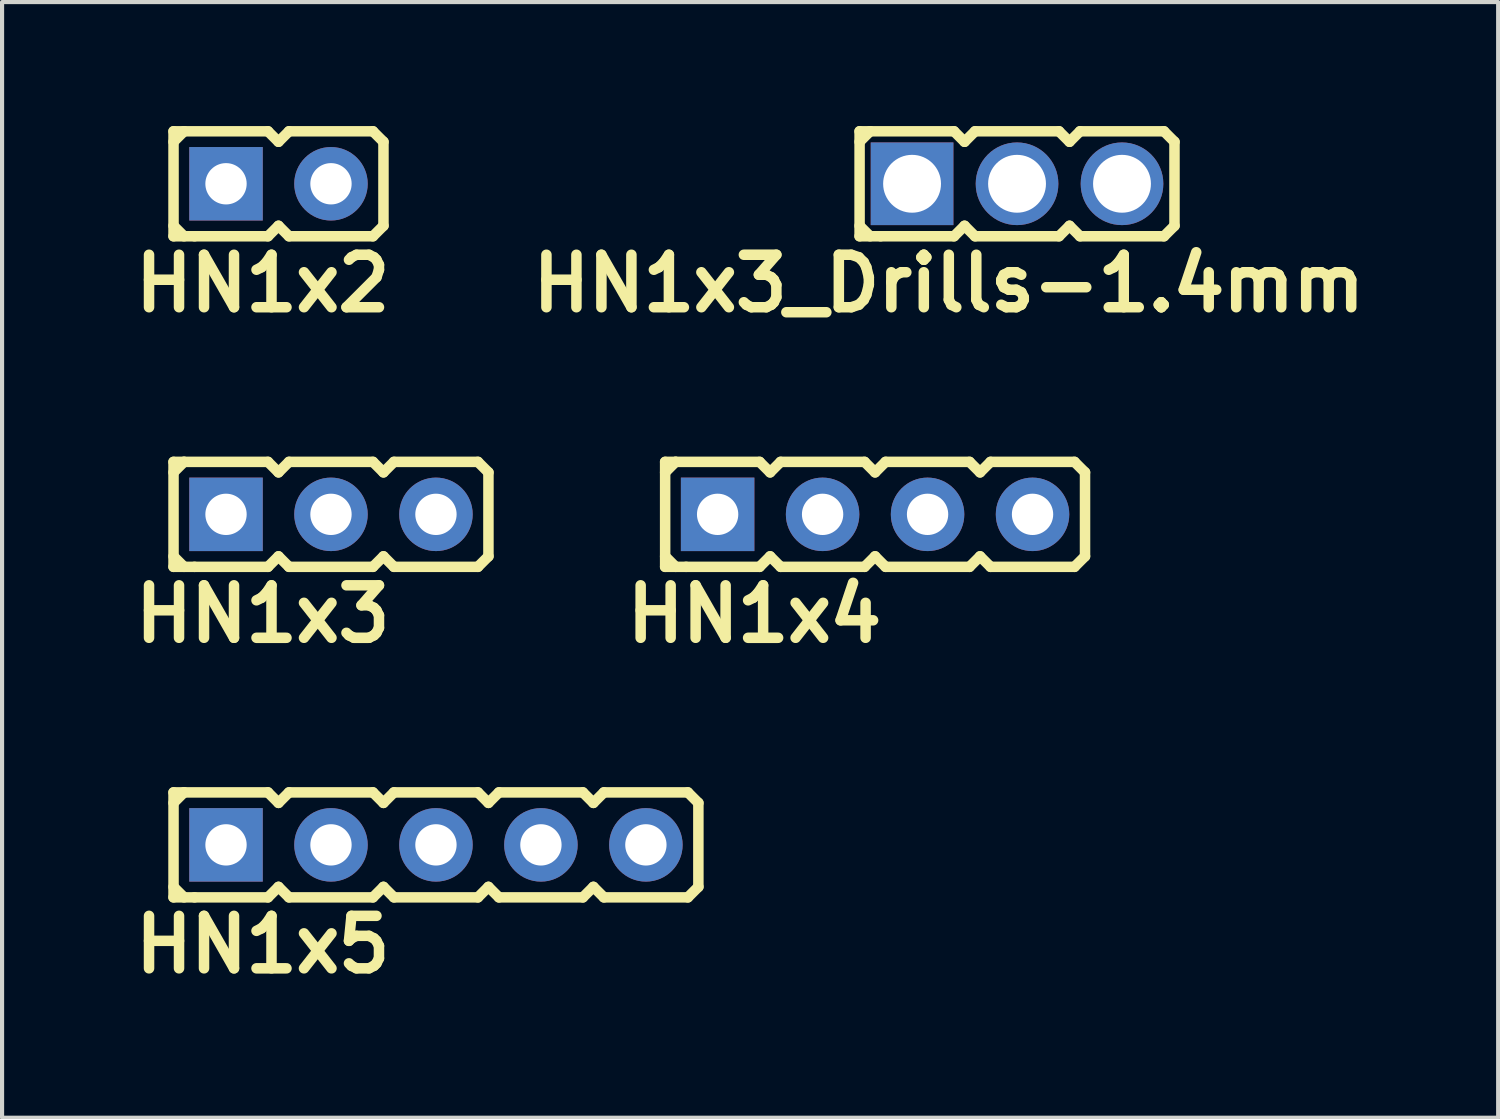
<source format=kicad_pcb>
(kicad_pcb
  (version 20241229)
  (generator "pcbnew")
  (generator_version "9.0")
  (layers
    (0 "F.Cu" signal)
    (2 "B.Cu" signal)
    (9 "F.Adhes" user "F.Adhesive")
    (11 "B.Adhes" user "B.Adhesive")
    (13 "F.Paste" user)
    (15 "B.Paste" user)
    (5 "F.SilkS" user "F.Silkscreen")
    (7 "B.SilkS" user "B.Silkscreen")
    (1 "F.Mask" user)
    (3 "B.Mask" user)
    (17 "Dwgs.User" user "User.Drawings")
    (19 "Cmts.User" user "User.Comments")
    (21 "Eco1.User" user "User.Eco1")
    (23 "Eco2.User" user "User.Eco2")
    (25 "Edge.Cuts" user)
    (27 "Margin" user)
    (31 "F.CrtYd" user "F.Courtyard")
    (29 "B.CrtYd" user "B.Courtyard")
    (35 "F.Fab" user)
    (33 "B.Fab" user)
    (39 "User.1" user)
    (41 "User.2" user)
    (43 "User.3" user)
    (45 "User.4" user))
  (footprint "HN1x4"
    (layer "F.Cu")
    (at 18.125 9.396)
    (property "Reference" "HN1x4" (at -2.921 2.413 0) (layer "F.SilkS") (effects (font (size 1.27 1.27) (thickness 0.254))))
    (attr smd)
    (fp_line (start -5.08 -1.27) (end -5.08 1.27) (stroke (width 0.254) (type solid)) (layer "F.SilkS"))
    (fp_line (start -5.08 -1.27) (end -4.826 -1.27) (stroke (width 0.254) (type solid)) (layer "F.SilkS"))
    (fp_line (start -5.08 -1.016) (end -4.826 -1.27) (stroke (width 0.254) (type solid)) (layer "F.SilkS"))
    (fp_line (start -4.826 -1.27) (end -2.794 -1.27) (stroke (width 0.254) (type solid)) (layer "F.SilkS"))
    (fp_line (start -4.826 1.27) (end -5.08 1.016) (stroke (width 0.254) (type solid)) (layer "F.SilkS"))
    (fp_line (start -4.572 1.27) (end -5.08 1.27) (stroke (width 0.254) (type solid)) (layer "F.SilkS"))
    (fp_line (start -2.794 -1.27) (end -2.54 -1.016) (stroke (width 0.254) (type solid)) (layer "F.SilkS"))
    (fp_line (start -2.794 1.27) (end -4.572 1.27) (stroke (width 0.254) (type solid)) (layer "F.SilkS"))
    (fp_line (start -2.54 -1.016) (end -2.286 -1.27) (stroke (width 0.254) (type solid)) (layer "F.SilkS"))
    (fp_line (start -2.54 1.016) (end -2.794 1.27) (stroke (width 0.254) (type solid)) (layer "F.SilkS"))
    (fp_line (start -2.286 -1.27) (end -0.254 -1.27) (stroke (width 0.254) (type solid)) (layer "F.SilkS"))
    (fp_line (start -2.286 1.27) (end -2.54 1.016) (stroke (width 0.254) (type solid)) (layer "F.SilkS"))
    (fp_line (start -0.254 -1.27) (end 0 -1.016) (stroke (width 0.254) (type solid)) (layer "F.SilkS"))
    (fp_line (start -0.254 1.27) (end -2.286 1.27) (stroke (width 0.254) (type solid)) (layer "F.SilkS"))
    (fp_line (start -0.254 1.27) (end 0 1.016) (stroke (width 0.254) (type solid)) (layer "F.SilkS"))
    (fp_line (start 0 -1.016) (end 0.254 -1.27) (stroke (width 0.254) (type solid)) (layer "F.SilkS"))
    (fp_line (start 0 1.016) (end 0.254 1.27) (stroke (width 0.254) (type solid)) (layer "F.SilkS"))
    (fp_line (start 0.254 -1.27) (end 2.286 -1.27) (stroke (width 0.254) (type solid)) (layer "F.SilkS"))
    (fp_line (start 2.286 -1.27) (end 2.54 -1.016) (stroke (width 0.254) (type solid)) (layer "F.SilkS"))
    (fp_line (start 2.286 1.27) (end 0.254 1.27) (stroke (width 0.254) (type solid)) (layer "F.SilkS"))
    (fp_line (start 2.54 -1.016) (end 2.794 -1.27) (stroke (width 0.254) (type solid)) (layer "F.SilkS"))
    (fp_line (start 2.54 1.016) (end 2.286 1.27) (stroke (width 0.254) (type solid)) (layer "F.SilkS"))
    (fp_line (start 2.794 -1.27) (end 4.826 -1.27) (stroke (width 0.254) (type solid)) (layer "F.SilkS"))
    (fp_line (start 2.794 1.27) (end 2.54 1.016) (stroke (width 0.254) (type solid)) (layer "F.SilkS"))
    (fp_line (start 4.826 -1.27) (end 5.08 -1.016) (stroke (width 0.254) (type solid)) (layer "F.SilkS"))
    (fp_line (start 4.826 1.27) (end 2.794 1.27) (stroke (width 0.254) (type solid)) (layer "F.SilkS"))
    (fp_line (start 5.08 -1.016) (end 5.08 1.016) (stroke (width 0.254) (type solid)) (layer "F.SilkS"))
    (fp_line (start 5.08 1.016) (end 4.826 1.27) (stroke (width 0.254) (type solid)) (layer "F.SilkS"))
    (pad "1" thru_hole rect (at -3.81 0) (size 1.778 1.778) (drill 1) (layers "*.Cu" "*.Mask"))
    (pad "2" thru_hole circle (at -1.27 0) (size 1.778 1.778) (drill 1) (layers "*.Cu" "*.Mask"))
    (pad "3" thru_hole circle (at 1.27 0) (size 1.778 1.778) (drill 1) (layers "*.Cu" "*.Mask"))
    (pad "4" thru_hole circle (at 3.81 0) (size 1.778 1.778) (drill 1) (layers "*.Cu" "*.Mask")))
  (footprint "HN1x3"
    (layer "F.Cu")
    (at 4.959 9.396)
    (property "Reference" "HN1x3" (at -1.651 2.413 0) (layer "F.SilkS") (effects (font (size 1.27 1.27) (thickness 0.254))))
    (attr smd)
    (fp_line (start -3.81 -1.27) (end -3.81 1.27) (stroke (width 0.254) (type solid)) (layer "F.SilkS"))
    (fp_line (start -3.81 -1.27) (end -3.556 -1.27) (stroke (width 0.254) (type solid)) (layer "F.SilkS"))
    (fp_line (start -3.81 -1.016) (end -3.556 -1.27) (stroke (width 0.254) (type solid)) (layer "F.SilkS"))
    (fp_line (start -3.556 -1.27) (end -1.524 -1.27) (stroke (width 0.254) (type solid)) (layer "F.SilkS"))
    (fp_line (start -3.556 1.27) (end -3.81 1.016) (stroke (width 0.254) (type solid)) (layer "F.SilkS"))
    (fp_line (start -3.302 1.27) (end -3.81 1.27) (stroke (width 0.254) (type solid)) (layer "F.SilkS"))
    (fp_line (start -1.524 -1.27) (end -1.27 -1.016) (stroke (width 0.254) (type solid)) (layer "F.SilkS"))
    (fp_line (start -1.524 1.27) (end -3.302 1.27) (stroke (width 0.254) (type solid)) (layer "F.SilkS"))
    (fp_line (start -1.27 -1.016) (end -1.016 -1.27) (stroke (width 0.254) (type solid)) (layer "F.SilkS"))
    (fp_line (start -1.27 1.016) (end -1.524 1.27) (stroke (width 0.254) (type solid)) (layer "F.SilkS"))
    (fp_line (start -1.016 -1.27) (end 1.016 -1.27) (stroke (width 0.254) (type solid)) (layer "F.SilkS"))
    (fp_line (start -1.016 1.27) (end -1.27 1.016) (stroke (width 0.254) (type solid)) (layer "F.SilkS"))
    (fp_line (start 1.016 -1.27) (end 1.27 -1.016) (stroke (width 0.254) (type solid)) (layer "F.SilkS"))
    (fp_line (start 1.016 1.27) (end -1.016 1.27) (stroke (width 0.254) (type solid)) (layer "F.SilkS"))
    (fp_line (start 1.016 1.27) (end 1.27 1.016) (stroke (width 0.254) (type solid)) (layer "F.SilkS"))
    (fp_line (start 1.27 -1.016) (end 1.524 -1.27) (stroke (width 0.254) (type solid)) (layer "F.SilkS"))
    (fp_line (start 1.27 1.016) (end 1.524 1.27) (stroke (width 0.254) (type solid)) (layer "F.SilkS"))
    (fp_line (start 1.524 -1.27) (end 3.556 -1.27) (stroke (width 0.254) (type solid)) (layer "F.SilkS"))
    (fp_line (start 3.556 -1.27) (end 3.81 -1.016) (stroke (width 0.254) (type solid)) (layer "F.SilkS"))
    (fp_line (start 3.556 1.27) (end 1.524 1.27) (stroke (width 0.254) (type solid)) (layer "F.SilkS"))
    (fp_line (start 3.81 -1.016) (end 3.81 1.016) (stroke (width 0.254) (type solid)) (layer "F.SilkS"))
    (fp_line (start 3.81 1.016) (end 3.556 1.27) (stroke (width 0.254) (type solid)) (layer "F.SilkS"))
    (pad "1" thru_hole rect (at -2.54 0) (size 1.778 1.778) (drill 1) (layers "*.Cu" "*.Mask"))
    (pad "2" thru_hole circle (at 0 0) (size 1.778 1.778) (drill 1) (layers "*.Cu" "*.Mask"))
    (pad "3" thru_hole circle (at 2.54 0) (size 1.778 1.778) (drill 1) (layers "*.Cu" "*.Mask")))
  (footprint "HN1x5"
    (layer "F.Cu")
    (at 7.499 17.394)
    (property "Reference" "HN1x5" (at -4.191 2.413 0) (layer "F.SilkS") (effects (font (size 1.27 1.27) (thickness 0.254))))
    (attr smd)
    (fp_line (start -6.35 -1.27) (end -6.35 1.27) (stroke (width 0.254) (type solid)) (layer "F.SilkS"))
    (fp_line (start -6.35 -1.27) (end -6.096 -1.27) (stroke (width 0.254) (type solid)) (layer "F.SilkS"))
    (fp_line (start -6.35 -1.016) (end -6.096 -1.27) (stroke (width 0.254) (type solid)) (layer "F.SilkS"))
    (fp_line (start -6.096 -1.27) (end -4.064 -1.27) (stroke (width 0.254) (type solid)) (layer "F.SilkS"))
    (fp_line (start -6.096 1.27) (end -6.35 1.016) (stroke (width 0.254) (type solid)) (layer "F.SilkS"))
    (fp_line (start -5.842 1.27) (end -6.35 1.27) (stroke (width 0.254) (type solid)) (layer "F.SilkS"))
    (fp_line (start -4.064 -1.27) (end -3.81 -1.016) (stroke (width 0.254) (type solid)) (layer "F.SilkS"))
    (fp_line (start -4.064 1.27) (end -5.842 1.27) (stroke (width 0.254) (type solid)) (layer "F.SilkS"))
    (fp_line (start -3.81 -1.016) (end -3.556 -1.27) (stroke (width 0.254) (type solid)) (layer "F.SilkS"))
    (fp_line (start -3.81 1.016) (end -4.064 1.27) (stroke (width 0.254) (type solid)) (layer "F.SilkS"))
    (fp_line (start -3.556 -1.27) (end -1.524 -1.27) (stroke (width 0.254) (type solid)) (layer "F.SilkS"))
    (fp_line (start -3.556 1.27) (end -3.81 1.016) (stroke (width 0.254) (type solid)) (layer "F.SilkS"))
    (fp_line (start -1.524 -1.27) (end -1.27 -1.016) (stroke (width 0.254) (type solid)) (layer "F.SilkS"))
    (fp_line (start -1.524 1.27) (end -3.556 1.27) (stroke (width 0.254) (type solid)) (layer "F.SilkS"))
    (fp_line (start -1.524 1.27) (end -1.27 1.016) (stroke (width 0.254) (type solid)) (layer "F.SilkS"))
    (fp_line (start -1.27 -1.016) (end -1.016 -1.27) (stroke (width 0.254) (type solid)) (layer "F.SilkS"))
    (fp_line (start -1.27 1.016) (end -1.016 1.27) (stroke (width 0.254) (type solid)) (layer "F.SilkS"))
    (fp_line (start -1.016 -1.27) (end 1.016 -1.27) (stroke (width 0.254) (type solid)) (layer "F.SilkS"))
    (fp_line (start 1.016 -1.27) (end 1.27 -1.016) (stroke (width 0.254) (type solid)) (layer "F.SilkS"))
    (fp_line (start 1.016 1.27) (end -1.016 1.27) (stroke (width 0.254) (type solid)) (layer "F.SilkS"))
    (fp_line (start 1.27 -1.016) (end 1.524 -1.27) (stroke (width 0.254) (type solid)) (layer "F.SilkS"))
    (fp_line (start 1.27 1.016) (end 1.016 1.27) (stroke (width 0.254) (type solid)) (layer "F.SilkS"))
    (fp_line (start 1.524 -1.27) (end 3.556 -1.27) (stroke (width 0.254) (type solid)) (layer "F.SilkS"))
    (fp_line (start 1.524 1.27) (end 1.27 1.016) (stroke (width 0.254) (type solid)) (layer "F.SilkS"))
    (fp_line (start 3.556 -1.27) (end 3.81 -1.016) (stroke (width 0.254) (type solid)) (layer "F.SilkS"))
    (fp_line (start 3.556 1.27) (end 1.524 1.27) (stroke (width 0.254) (type solid)) (layer "F.SilkS"))
    (fp_line (start 3.81 -1.016) (end 4.064 -1.27) (stroke (width 0.254) (type solid)) (layer "F.SilkS"))
    (fp_line (start 3.81 1.016) (end 3.556 1.27) (stroke (width 0.254) (type solid)) (layer "F.SilkS"))
    (fp_line (start 4.064 -1.27) (end 6.096 -1.27) (stroke (width 0.254) (type solid)) (layer "F.SilkS"))
    (fp_line (start 4.064 1.27) (end 3.81 1.016) (stroke (width 0.254) (type solid)) (layer "F.SilkS"))
    (fp_line (start 6.096 -1.27) (end 6.35 -1.016) (stroke (width 0.254) (type solid)) (layer "F.SilkS"))
    (fp_line (start 6.096 1.27) (end 4.064 1.27) (stroke (width 0.254) (type solid)) (layer "F.SilkS"))
    (fp_line (start 6.35 -1.016) (end 6.35 1.016) (stroke (width 0.254) (type solid)) (layer "F.SilkS"))
    (fp_line (start 6.35 1.016) (end 6.096 1.27) (stroke (width 0.254) (type solid)) (layer "F.SilkS"))
    (pad "1" thru_hole rect (at -5.08 0) (size 1.778 1.778) (drill 1) (layers "*.Cu" "*.Mask"))
    (pad "2" thru_hole circle (at -2.54 0) (size 1.778 1.778) (drill 1) (layers "*.Cu" "*.Mask"))
    (pad "3" thru_hole circle (at 0 0) (size 1.778 1.778) (drill 1) (layers "*.Cu" "*.Mask"))
    (pad "4" thru_hole circle (at 2.54 0) (size 1.778 1.778) (drill 1) (layers "*.Cu" "*.Mask"))
    (pad "5" thru_hole circle (at 5.08 0) (size 1.778 1.778) (drill 1) (layers "*.Cu" "*.Mask")))
  (footprint "HN1x2"
    (layer "F.Cu")
    (at 3.689 1.397)
    (property "Reference" "HN1x2" (at -0.381 2.413 0) (layer "F.SilkS") (effects (font (size 1.27 1.27) (thickness 0.254))))
    (attr smd)
    (fp_line (start -2.54 -1.27) (end -2.54 1.27) (stroke (width 0.254) (type solid)) (layer "F.SilkS"))
    (fp_line (start -2.54 -1.27) (end -2.286 -1.27) (stroke (width 0.254) (type solid)) (layer "F.SilkS"))
    (fp_line (start -2.54 -1.016) (end -2.286 -1.27) (stroke (width 0.254) (type solid)) (layer "F.SilkS"))
    (fp_line (start -2.286 -1.27) (end -0.254 -1.27) (stroke (width 0.254) (type solid)) (layer "F.SilkS"))
    (fp_line (start -2.286 1.27) (end -2.54 1.016) (stroke (width 0.254) (type solid)) (layer "F.SilkS"))
    (fp_line (start -2.032 1.27) (end -2.54 1.27) (stroke (width 0.254) (type solid)) (layer "F.SilkS"))
    (fp_line (start -0.254 -1.27) (end 0 -1.016) (stroke (width 0.254) (type solid)) (layer "F.SilkS"))
    (fp_line (start -0.254 1.27) (end -2.032 1.27) (stroke (width 0.254) (type solid)) (layer "F.SilkS"))
    (fp_line (start 0 -1.016) (end 0.254 -1.27) (stroke (width 0.254) (type solid)) (layer "F.SilkS"))
    (fp_line (start 0 1.016) (end -0.254 1.27) (stroke (width 0.254) (type solid)) (layer "F.SilkS"))
    (fp_line (start 0.254 -1.27) (end 2.286 -1.27) (stroke (width 0.254) (type solid)) (layer "F.SilkS"))
    (fp_line (start 0.254 1.27) (end 0 1.016) (stroke (width 0.254) (type solid)) (layer "F.SilkS"))
    (fp_line (start 2.286 -1.27) (end 2.54 -1.016) (stroke (width 0.254) (type solid)) (layer "F.SilkS"))
    (fp_line (start 2.286 1.27) (end 0.254 1.27) (stroke (width 0.254) (type solid)) (layer "F.SilkS"))
    (fp_line (start 2.286 1.27) (end 2.54 1.016) (stroke (width 0.254) (type solid)) (layer "F.SilkS"))
    (fp_line (start 2.54 -1.016) (end 2.54 1.016) (stroke (width 0.254) (type solid)) (layer "F.SilkS"))
    (pad "1" thru_hole rect (at -1.27 0) (size 1.778 1.778) (drill 1) (layers "*.Cu" "*.Mask"))
    (pad "2" thru_hole circle (at 1.27 0) (size 1.778 1.778) (drill 1) (layers "*.Cu" "*.Mask")))
  (footprint "HN1x3_Drills-1.4mm"
    (layer "F.Cu")
    (at 21.56 1.397)
    (property "Reference" "HN1x3_Drills-1.4mm" (at -1.651 2.413 0) (layer "F.SilkS") (effects (font (size 1.27 1.27) (thickness 0.254))))
    (attr smd)
    (fp_line (start -3.81 -1.27) (end -3.81 1.27) (stroke (width 0.254) (type solid)) (layer "F.SilkS"))
    (fp_line (start -3.81 -1.27) (end -3.556 -1.27) (stroke (width 0.254) (type solid)) (layer "F.SilkS"))
    (fp_line (start -3.81 -1.016) (end -3.556 -1.27) (stroke (width 0.254) (type solid)) (layer "F.SilkS"))
    (fp_line (start -3.556 -1.27) (end -1.524 -1.27) (stroke (width 0.254) (type solid)) (layer "F.SilkS"))
    (fp_line (start -3.556 1.27) (end -3.81 1.016) (stroke (width 0.254) (type solid)) (layer "F.SilkS"))
    (fp_line (start -3.302 1.27) (end -3.81 1.27) (stroke (width 0.254) (type solid)) (layer "F.SilkS"))
    (fp_line (start -1.524 -1.27) (end -1.27 -1.016) (stroke (width 0.254) (type solid)) (layer "F.SilkS"))
    (fp_line (start -1.524 1.27) (end -3.302 1.27) (stroke (width 0.254) (type solid)) (layer "F.SilkS"))
    (fp_line (start -1.27 -1.016) (end -1.016 -1.27) (stroke (width 0.254) (type solid)) (layer "F.SilkS"))
    (fp_line (start -1.27 1.016) (end -1.524 1.27) (stroke (width 0.254) (type solid)) (layer "F.SilkS"))
    (fp_line (start -1.016 -1.27) (end 1.016 -1.27) (stroke (width 0.254) (type solid)) (layer "F.SilkS"))
    (fp_line (start -1.016 1.27) (end -1.27 1.016) (stroke (width 0.254) (type solid)) (layer "F.SilkS"))
    (fp_line (start 1.016 -1.27) (end 1.27 -1.016) (stroke (width 0.254) (type solid)) (layer "F.SilkS"))
    (fp_line (start 1.016 1.27) (end -1.016 1.27) (stroke (width 0.254) (type solid)) (layer "F.SilkS"))
    (fp_line (start 1.016 1.27) (end 1.27 1.016) (stroke (width 0.254) (type solid)) (layer "F.SilkS"))
    (fp_line (start 1.27 -1.016) (end 1.524 -1.27) (stroke (width 0.254) (type solid)) (layer "F.SilkS"))
    (fp_line (start 1.27 1.016) (end 1.524 1.27) (stroke (width 0.254) (type solid)) (layer "F.SilkS"))
    (fp_line (start 1.524 -1.27) (end 3.556 -1.27) (stroke (width 0.254) (type solid)) (layer "F.SilkS"))
    (fp_line (start 3.556 -1.27) (end 3.81 -1.016) (stroke (width 0.254) (type solid)) (layer "F.SilkS"))
    (fp_line (start 3.556 1.27) (end 1.524 1.27) (stroke (width 0.254) (type solid)) (layer "F.SilkS"))
    (fp_line (start 3.81 -1.016) (end 3.81 1.016) (stroke (width 0.254) (type solid)) (layer "F.SilkS"))
    (fp_line (start 3.81 1.016) (end 3.556 1.27) (stroke (width 0.254) (type solid)) (layer "F.SilkS"))
    (pad "1" thru_hole rect (at -2.54 0) (size 2 2) (drill 1.4) (layers "*.Cu" "*.Mask"))
    (pad "2" thru_hole circle (at 0 0) (size 2 2) (drill 1.4) (layers "*.Cu" "*.Mask"))
    (pad "3" thru_hole circle (at 2.54 0) (size 2 2) (drill 1.4) (layers "*.Cu" "*.Mask")))
  (gr_rect
    (start -3 -3)
    (end 33.202 23.996)
    (stroke (width 0.1) (type default))
    (fill no)
    (layer "Edge.Cuts")))
</source>
